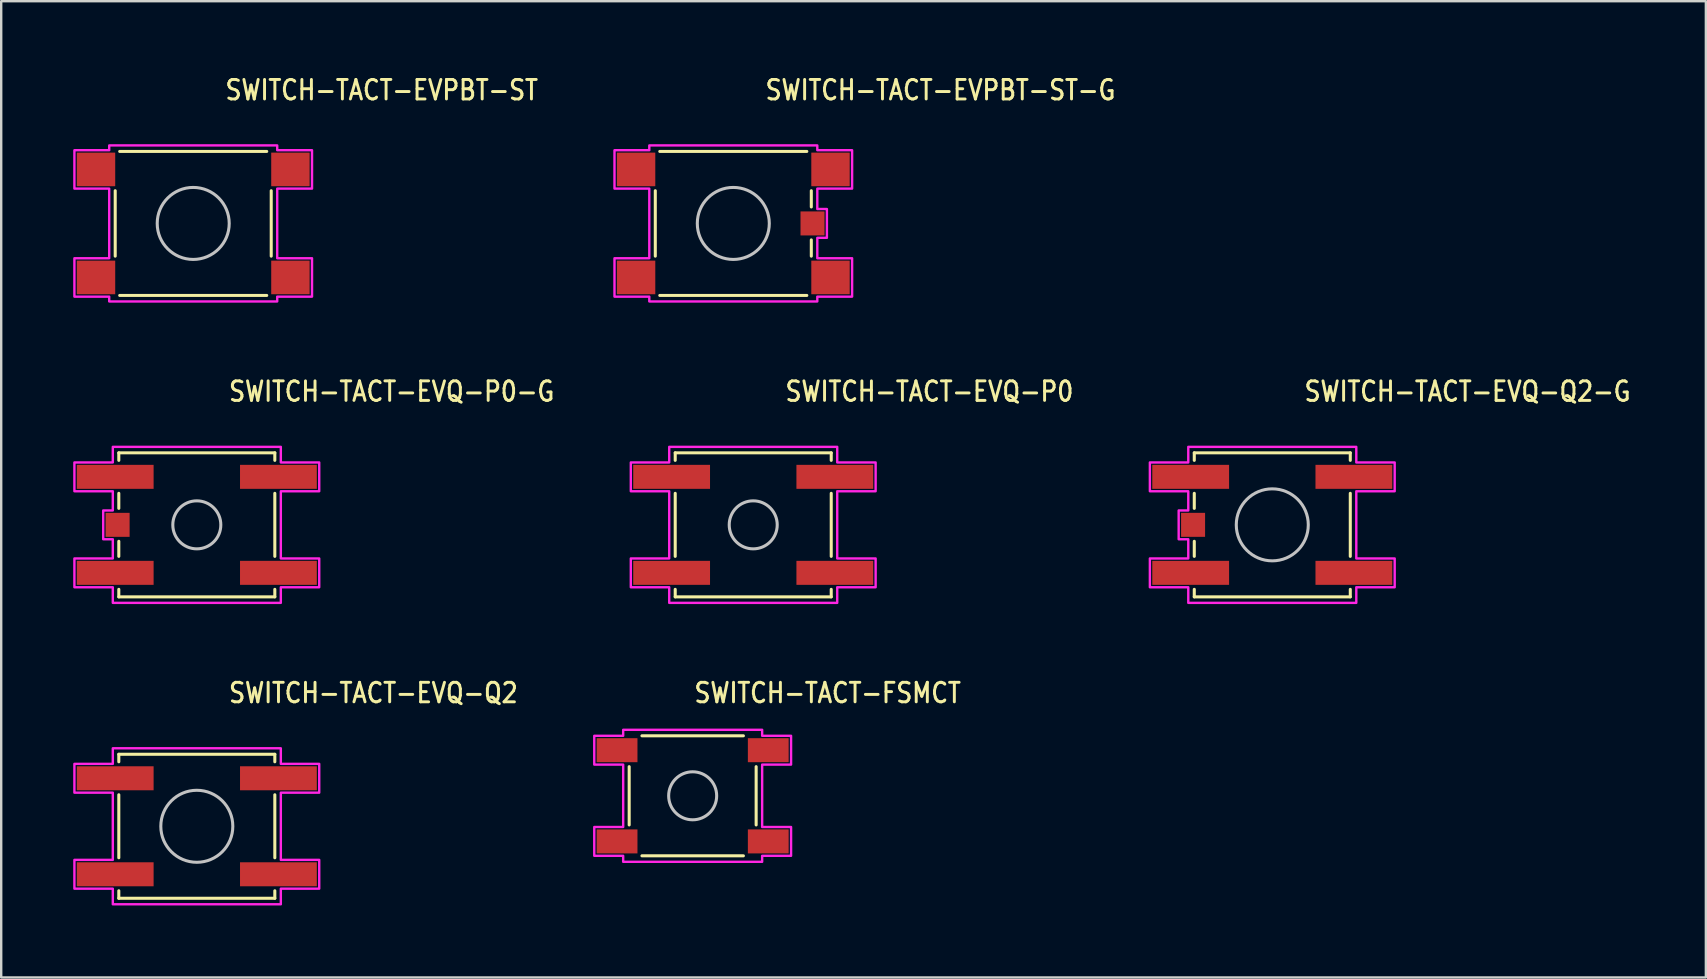
<source format=kicad_pcb>
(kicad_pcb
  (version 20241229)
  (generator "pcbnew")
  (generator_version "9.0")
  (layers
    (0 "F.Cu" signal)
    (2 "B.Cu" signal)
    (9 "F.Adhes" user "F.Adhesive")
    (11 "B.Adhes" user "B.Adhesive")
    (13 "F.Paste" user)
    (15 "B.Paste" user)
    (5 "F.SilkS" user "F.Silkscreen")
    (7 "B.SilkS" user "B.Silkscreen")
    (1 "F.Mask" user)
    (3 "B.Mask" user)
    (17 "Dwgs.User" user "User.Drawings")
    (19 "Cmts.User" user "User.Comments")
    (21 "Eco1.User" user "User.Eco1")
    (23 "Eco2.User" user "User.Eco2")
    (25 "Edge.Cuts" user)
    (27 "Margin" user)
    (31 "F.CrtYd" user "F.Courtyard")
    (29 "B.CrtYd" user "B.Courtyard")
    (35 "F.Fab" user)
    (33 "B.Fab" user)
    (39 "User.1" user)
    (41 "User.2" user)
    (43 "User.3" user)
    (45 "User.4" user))
  (footprint "SWITCH-TACT-EVQ-Q2"
    (layer "F.Cu")
    (at 5.15 31.376)
    (property "Reference" "SWITCH-TACT-EVQ-Q2" (at 1.27 -5.08 0) (unlocked yes) (layer "F.SilkS") (effects (font (size 0.813 0.695) (thickness 0.122)) (justify left bottom)))
    (fp_line (start -3.25 -3) (end -3.25 -2.687) (stroke (width 0.127) (type solid)) (layer "F.SilkS"))
    (fp_line (start -3.25 -3) (end 3.25 -3) (stroke (width 0.127) (type solid)) (layer "F.SilkS"))
    (fp_line (start -3.25 -1.313) (end -3.25 1.313) (stroke (width 0.127) (type solid)) (layer "F.SilkS"))
    (fp_line (start -3.25 3) (end -3.25 2.687) (stroke (width 0.127) (type solid)) (layer "F.SilkS"))
    (fp_line (start 3.25 -3) (end 3.25 -2.687) (stroke (width 0.127) (type solid)) (layer "F.SilkS"))
    (fp_line (start 3.25 -1.313) (end 3.25 1.313) (stroke (width 0.127) (type solid)) (layer "F.SilkS"))
    (fp_line (start 3.25 3) (end -3.25 3) (stroke (width 0.127) (type solid)) (layer "F.SilkS"))
    (fp_line (start 3.25 3) (end 3.25 2.687) (stroke (width 0.127) (type solid)) (layer "F.SilkS"))
    (fp_circle (center 0 0) (end 1.5 0) (stroke (width 0.127) (type solid)) (fill no) (layer "Dwgs.User"))
    (fp_poly (pts (xy -5.1 -2.6) (xy -3.5 -2.6) (xy -3.5 -3.25) (xy 3.5 -3.25) (xy 3.5 -2.6) (xy 5.1 -2.6) (xy 5.1 -1.4) (xy 3.5 -1.4) (xy 3.5 1.4) (xy 5.1 1.4) (xy 5.1 2.6) (xy 3.5 2.6) (xy 3.5 3.25) (xy -3.5 3.25) (xy -3.5 2.6) (xy -5.1 2.6) (xy -5.1 1.4) (xy -3.5 1.4) (xy -3.5 -1.4) (xy -5.1 -1.4)) (stroke (width 0.1) (type solid)) (fill no) (layer "F.CrtYd"))
    (pad "A" smd rect (at 3.4 2) (size 3.2 1) (layers "F.Cu" "F.Mask" "F.Paste"))
    (pad "A'" smd rect (at -3.4 2) (size 3.2 1) (layers "F.Cu" "F.Mask" "F.Paste"))
    (pad "B" smd rect (at 3.4 -2) (size 3.2 1) (layers "F.Cu" "F.Mask" "F.Paste"))
    (pad "B'" smd rect (at -3.4 -2) (size 3.2 1) (layers "F.Cu" "F.Mask" "F.Paste")))
  (footprint "SWITCH-TACT-EVQ-Q2-G"
    (layer "F.Cu")
    (at 49.958 18.817)
    (property "Reference" "SWITCH-TACT-EVQ-Q2-G" (at 1.27 -5.08 0) (unlocked yes) (layer "F.SilkS") (effects (font (size 0.813 0.695) (thickness 0.122)) (justify left bottom)))
    (fp_line (start -3.25 -3) (end -3.25 -2.687) (stroke (width 0.127) (type solid)) (layer "F.SilkS"))
    (fp_line (start -3.25 -3) (end 3.25 -3) (stroke (width 0.127) (type solid)) (layer "F.SilkS"))
    (fp_line (start -3.25 -1.313) (end -3.25 -0.686) (stroke (width 0.127) (type solid)) (layer "F.SilkS"))
    (fp_line (start -3.25 1.313) (end -3.25 0.686) (stroke (width 0.127) (type solid)) (layer "F.SilkS"))
    (fp_line (start -3.25 3) (end -3.25 2.687) (stroke (width 0.127) (type solid)) (layer "F.SilkS"))
    (fp_line (start 3.25 -3) (end 3.25 -2.687) (stroke (width 0.127) (type solid)) (layer "F.SilkS"))
    (fp_line (start 3.25 -1.313) (end 3.25 1.313) (stroke (width 0.127) (type solid)) (layer "F.SilkS"))
    (fp_line (start 3.25 3) (end -3.25 3) (stroke (width 0.127) (type solid)) (layer "F.SilkS"))
    (fp_line (start 3.25 3) (end 3.25 2.687) (stroke (width 0.127) (type solid)) (layer "F.SilkS"))
    (fp_circle (center 0 0) (end 1.5 0) (stroke (width 0.127) (type solid)) (fill no) (layer "Dwgs.User"))
    (fp_poly (pts (xy -5.1 -2.6) (xy -3.5 -2.6) (xy -3.5 -3.25) (xy 3.5 -3.25) (xy 3.5 -2.6) (xy 5.1 -2.6) (xy 5.1 -1.4) (xy 3.5 -1.4) (xy 3.5 1.4) (xy 5.1 1.4) (xy 5.1 2.6) (xy 3.5 2.6) (xy 3.5 3.25) (xy -3.5 3.25) (xy -3.5 2.6) (xy -5.1 2.6) (xy -5.1 1.4) (xy -3.5 1.4) (xy -3.5 0.6) (xy -3.9 0.6) (xy -3.9 -0.6) (xy -3.5 -0.6) (xy -3.5 -1.4) (xy -5.1 -1.4)) (stroke (width 0.1) (type solid)) (fill no) (layer "F.CrtYd"))
    (pad "A" smd rect (at 3.4 2) (size 3.2 1) (layers "F.Cu" "F.Mask" "F.Paste"))
    (pad "A'" smd rect (at -3.4 2) (size 3.2 1) (layers "F.Cu" "F.Mask" "F.Paste"))
    (pad "B" smd rect (at 3.4 -2) (size 3.2 1) (layers "F.Cu" "F.Mask" "F.Paste"))
    (pad "B'" smd rect (at -3.4 -2) (size 3.2 1) (layers "F.Cu" "F.Mask" "F.Paste"))
    (pad "SHELL" smd rect (at -3.3 0) (size 1 1) (layers "F.Cu" "F.Mask" "F.Paste")))
  (footprint "SWITCH-TACT-EVPBT-ST-G"
    (layer "F.Cu")
    (at 27.502 6.259)
    (property "Reference" "SWITCH-TACT-EVPBT-ST-G" (at 1.27 -5.08 0) (unlocked yes) (layer "F.SilkS") (effects (font (size 0.813 0.695) (thickness 0.122)) (justify left bottom)))
    (fp_line (start -3.25 -1.363) (end -3.25 1.363) (stroke (width 0.127) (type solid)) (layer "F.SilkS"))
    (fp_line (start -3.063 -3) (end 3.063 -3) (stroke (width 0.127) (type solid)) (layer "F.SilkS"))
    (fp_line (start 3.063 3) (end -3.063 3) (stroke (width 0.127) (type solid)) (layer "F.SilkS"))
    (fp_line (start 3.25 -1.363) (end 3.25 -0.686) (stroke (width 0.127) (type solid)) (layer "F.SilkS"))
    (fp_line (start 3.25 0.686) (end 3.25 1.363) (stroke (width 0.127) (type solid)) (layer "F.SilkS"))
    (fp_circle (center 0 0) (end 1.5 0) (stroke (width 0.127) (type solid)) (fill no) (layer "Dwgs.User"))
    (fp_poly (pts (xy -4.95 -3.05) (xy -3.5 -3.05) (xy -3.5 -3.25) (xy 3.5 -3.25) (xy 3.5 -3.05) (xy 4.95 -3.05) (xy 4.95 -1.45) (xy 3.5 -1.45) (xy 3.5 -0.6) (xy 3.9 -0.6) (xy 3.9 0.6) (xy 3.5 0.6) (xy 3.5 1.45) (xy 4.95 1.45) (xy 4.95 3.05) (xy 3.5 3.05) (xy 3.5 3.25) (xy -3.5 3.25) (xy -3.5 3.05) (xy -4.95 3.05) (xy -4.95 1.45) (xy -3.5 1.45) (xy -3.5 -1.45) (xy -4.95 -1.45)) (stroke (width 0.1) (type solid)) (fill no) (layer "F.CrtYd"))
    (pad "A" smd rect (at 4.05 2.25) (size 1.6 1.4) (layers "F.Cu" "F.Mask" "F.Paste"))
    (pad "A'" smd rect (at -4.05 2.25) (size 1.6 1.4) (layers "F.Cu" "F.Mask" "F.Paste"))
    (pad "B" smd rect (at 4.05 -2.25) (size 1.6 1.4) (layers "F.Cu" "F.Mask" "F.Paste"))
    (pad "B'" smd rect (at -4.05 -2.25) (size 1.6 1.4) (layers "F.Cu" "F.Mask" "F.Paste"))
    (pad "SHELL" smd rect (at 3.3 0) (size 1 1) (layers "F.Cu" "F.Mask" "F.Paste")))
  (footprint "SWITCH-TACT-EVPBT-ST"
    (layer "F.Cu")
    (at 5 6.259)
    (property "Reference" "SWITCH-TACT-EVPBT-ST" (at 1.27 -5.08 0) (unlocked yes) (layer "F.SilkS") (effects (font (size 0.813 0.695) (thickness 0.122)) (justify left bottom)))
    (fp_line (start -3.25 -1.363) (end -3.25 1.363) (stroke (width 0.127) (type solid)) (layer "F.SilkS"))
    (fp_line (start -3.063 -3) (end 3.063 -3) (stroke (width 0.127) (type solid)) (layer "F.SilkS"))
    (fp_line (start 3.063 3) (end -3.063 3) (stroke (width 0.127) (type solid)) (layer "F.SilkS"))
    (fp_line (start 3.25 -1.363) (end 3.25 1.363) (stroke (width 0.127) (type solid)) (layer "F.SilkS"))
    (fp_circle (center 0 0) (end 1.5 0) (stroke (width 0.127) (type solid)) (fill no) (layer "Dwgs.User"))
    (fp_poly (pts (xy -4.95 -3.05) (xy -3.5 -3.05) (xy -3.5 -3.25) (xy 3.5 -3.25) (xy 3.5 -3.05) (xy 4.95 -3.05) (xy 4.95 -1.45) (xy 3.5 -1.45) (xy 3.5 1.45) (xy 4.95 1.45) (xy 4.95 3.05) (xy 3.5 3.05) (xy 3.5 3.25) (xy -3.5 3.25) (xy -3.5 3.05) (xy -4.95 3.05) (xy -4.95 1.45) (xy -3.5 1.45) (xy -3.5 -1.45) (xy -4.95 -1.45)) (stroke (width 0.1) (type solid)) (fill no) (layer "F.CrtYd"))
    (pad "A" smd rect (at 4.05 2.25) (size 1.6 1.4) (layers "F.Cu" "F.Mask" "F.Paste"))
    (pad "A'" smd rect (at -4.05 2.25) (size 1.6 1.4) (layers "F.Cu" "F.Mask" "F.Paste"))
    (pad "B" smd rect (at 4.05 -2.25) (size 1.6 1.4) (layers "F.Cu" "F.Mask" "F.Paste"))
    (pad "B'" smd rect (at -4.05 -2.25) (size 1.6 1.4) (layers "F.Cu" "F.Mask" "F.Paste")))
  (footprint "SWITCH-TACT-EVQ-P0"
    (layer "F.Cu")
    (at 28.332 18.817)
    (property "Reference" "SWITCH-TACT-EVQ-P0" (at 1.27 -5.08 0) (unlocked yes) (layer "F.SilkS") (effects (font (size 0.813 0.695) (thickness 0.122)) (justify left bottom)))
    (fp_line (start -3.25 -3) (end -3.25 -2.687) (stroke (width 0.127) (type solid)) (layer "F.SilkS"))
    (fp_line (start -3.25 -3) (end 3.25 -3) (stroke (width 0.127) (type solid)) (layer "F.SilkS"))
    (fp_line (start -3.25 -1.313) (end -3.25 1.313) (stroke (width 0.127) (type solid)) (layer "F.SilkS"))
    (fp_line (start -3.25 3) (end -3.25 2.687) (stroke (width 0.127) (type solid)) (layer "F.SilkS"))
    (fp_line (start 3.25 -3) (end 3.25 -2.687) (stroke (width 0.127) (type solid)) (layer "F.SilkS"))
    (fp_line (start 3.25 -1.313) (end 3.25 1.313) (stroke (width 0.127) (type solid)) (layer "F.SilkS"))
    (fp_line (start 3.25 3) (end -3.25 3) (stroke (width 0.127) (type solid)) (layer "F.SilkS"))
    (fp_line (start 3.25 3) (end 3.25 2.687) (stroke (width 0.127) (type solid)) (layer "F.SilkS"))
    (fp_circle (center 0 0) (end 1 0) (stroke (width 0.127) (type solid)) (fill no) (layer "Dwgs.User"))
    (fp_poly (pts (xy -5.1 -2.6) (xy -3.5 -2.6) (xy -3.5 -3.25) (xy 3.5 -3.25) (xy 3.5 -2.6) (xy 5.1 -2.6) (xy 5.1 -1.4) (xy 3.5 -1.4) (xy 3.5 1.4) (xy 5.1 1.4) (xy 5.1 2.6) (xy 3.5 2.6) (xy 3.5 3.25) (xy -3.5 3.25) (xy -3.5 2.6) (xy -5.1 2.6) (xy -5.1 1.4) (xy -3.5 1.4) (xy -3.5 -1.4) (xy -5.1 -1.4)) (stroke (width 0.1) (type solid)) (fill no) (layer "F.CrtYd"))
    (pad "A" smd rect (at 3.4 2) (size 3.2 1) (layers "F.Cu" "F.Mask" "F.Paste"))
    (pad "A'" smd rect (at -3.4 2) (size 3.2 1) (layers "F.Cu" "F.Mask" "F.Paste"))
    (pad "B" smd rect (at 3.4 -2) (size 3.2 1) (layers "F.Cu" "F.Mask" "F.Paste"))
    (pad "B'" smd rect (at -3.4 -2) (size 3.2 1) (layers "F.Cu" "F.Mask" "F.Paste")))
  (footprint "SWITCH-TACT-FSMCT"
    (layer "F.Cu")
    (at 25.809 30.106)
    (property "Reference" "SWITCH-TACT-FSMCT" (at 0 -3.81 0) (unlocked yes) (layer "F.SilkS") (effects (font (size 0.813 0.695) (thickness 0.122)) (justify left bottom)))
    (fp_line (start -2.645 -1.214) (end -2.645 1.214) (stroke (width 0.127) (type solid)) (layer "F.SilkS"))
    (fp_line (start -2.114 -2.5) (end 2.114 -2.5) (stroke (width 0.127) (type solid)) (layer "F.SilkS"))
    (fp_line (start -2.114 2.5) (end 2.114 2.5) (stroke (width 0.127) (type solid)) (layer "F.SilkS"))
    (fp_line (start 2.645 -1.214) (end 2.645 1.214) (stroke (width 0.127) (type solid)) (layer "F.SilkS"))
    (fp_circle (center 0 0) (end 1 0) (stroke (width 0.127) (type solid)) (fill no) (layer "Dwgs.User"))
    (fp_poly (pts (xy -4.1 -1.3) (xy -2.895 -1.3) (xy -2.895 1.3) (xy -4.1 1.3) (xy -4.1 2.5) (xy -2.895 2.5) (xy -2.895 2.75) (xy 2.895 2.75) (xy 2.895 2.5) (xy 4.1 2.5) (xy 4.1 1.3) (xy 2.895 1.3) (xy 2.895 -1.3) (xy 4.1 -1.3) (xy 4.1 -2.5) (xy 2.895 -2.5) (xy 2.895 -2.75) (xy -2.895 -2.75) (xy -2.895 -2.5) (xy -4.1 -2.5)) (stroke (width 0.1) (type solid)) (fill no) (layer "F.CrtYd"))
    (pad "1" smd rect (at -3.15 -1.9) (size 1.7 1) (layers "F.Cu" "F.Mask" "F.Paste"))
    (pad "2" smd rect (at 3.15 -1.9) (size 1.7 1) (layers "F.Cu" "F.Mask" "F.Paste"))
    (pad "3" smd rect (at -3.15 1.9) (size 1.7 1) (layers "F.Cu" "F.Mask" "F.Paste"))
    (pad "4" smd rect (at 3.15 1.9) (size 1.7 1) (layers "F.Cu" "F.Mask" "F.Paste")))
  (footprint "SWITCH-TACT-EVQ-P0-G"
    (layer "F.Cu")
    (at 5.15 18.817)
    (property "Reference" "SWITCH-TACT-EVQ-P0-G" (at 1.27 -5.08 0) (unlocked yes) (layer "F.SilkS") (effects (font (size 0.813 0.695) (thickness 0.122)) (justify left bottom)))
    (fp_line (start -3.25 -3) (end -3.25 -2.687) (stroke (width 0.127) (type solid)) (layer "F.SilkS"))
    (fp_line (start -3.25 -3) (end 3.25 -3) (stroke (width 0.127) (type solid)) (layer "F.SilkS"))
    (fp_line (start -3.25 -1.313) (end -3.25 -0.686) (stroke (width 0.127) (type solid)) (layer "F.SilkS"))
    (fp_line (start -3.25 1.313) (end -3.25 0.686) (stroke (width 0.127) (type solid)) (layer "F.SilkS"))
    (fp_line (start -3.25 3) (end -3.25 2.687) (stroke (width 0.127) (type solid)) (layer "F.SilkS"))
    (fp_line (start 3.25 -3) (end 3.25 -2.687) (stroke (width 0.127) (type solid)) (layer "F.SilkS"))
    (fp_line (start 3.25 -1.313) (end 3.25 1.313) (stroke (width 0.127) (type solid)) (layer "F.SilkS"))
    (fp_line (start 3.25 3) (end -3.25 3) (stroke (width 0.127) (type solid)) (layer "F.SilkS"))
    (fp_line (start 3.25 3) (end 3.25 2.687) (stroke (width 0.127) (type solid)) (layer "F.SilkS"))
    (fp_circle (center 0 0) (end 1 0) (stroke (width 0.127) (type solid)) (fill no) (layer "Dwgs.User"))
    (fp_poly (pts (xy -5.1 -2.6) (xy -3.5 -2.6) (xy -3.5 -3.25) (xy 3.5 -3.25) (xy 3.5 -2.6) (xy 5.1 -2.6) (xy 5.1 -1.4) (xy 3.5 -1.4) (xy 3.5 1.4) (xy 5.1 1.4) (xy 5.1 2.6) (xy 3.5 2.6) (xy 3.5 3.25) (xy -3.5 3.25) (xy -3.5 2.6) (xy -5.1 2.6) (xy -5.1 1.4) (xy -3.5 1.4) (xy -3.5 0.6) (xy -3.9 0.6) (xy -3.9 -0.6) (xy -3.5 -0.6) (xy -3.5 -1.4) (xy -5.1 -1.4)) (stroke (width 0.1) (type solid)) (fill no) (layer "F.CrtYd"))
    (pad "A" smd rect (at 3.4 2) (size 3.2 1) (layers "F.Cu" "F.Mask" "F.Paste"))
    (pad "A'" smd rect (at -3.4 2) (size 3.2 1) (layers "F.Cu" "F.Mask" "F.Paste"))
    (pad "B" smd rect (at 3.4 -2) (size 3.2 1) (layers "F.Cu" "F.Mask" "F.Paste"))
    (pad "B'" smd rect (at -3.4 -2) (size 3.2 1) (layers "F.Cu" "F.Mask" "F.Paste"))
    (pad "SHELL" smd rect (at -3.3 0) (size 1 1) (layers "F.Cu" "F.Mask" "F.Paste")))
  (gr_rect
    (start -3 -3)
    (end 68.023 37.676)
    (stroke (width 0.1) (type default))
    (fill no)
    (layer "Edge.Cuts")))
</source>
